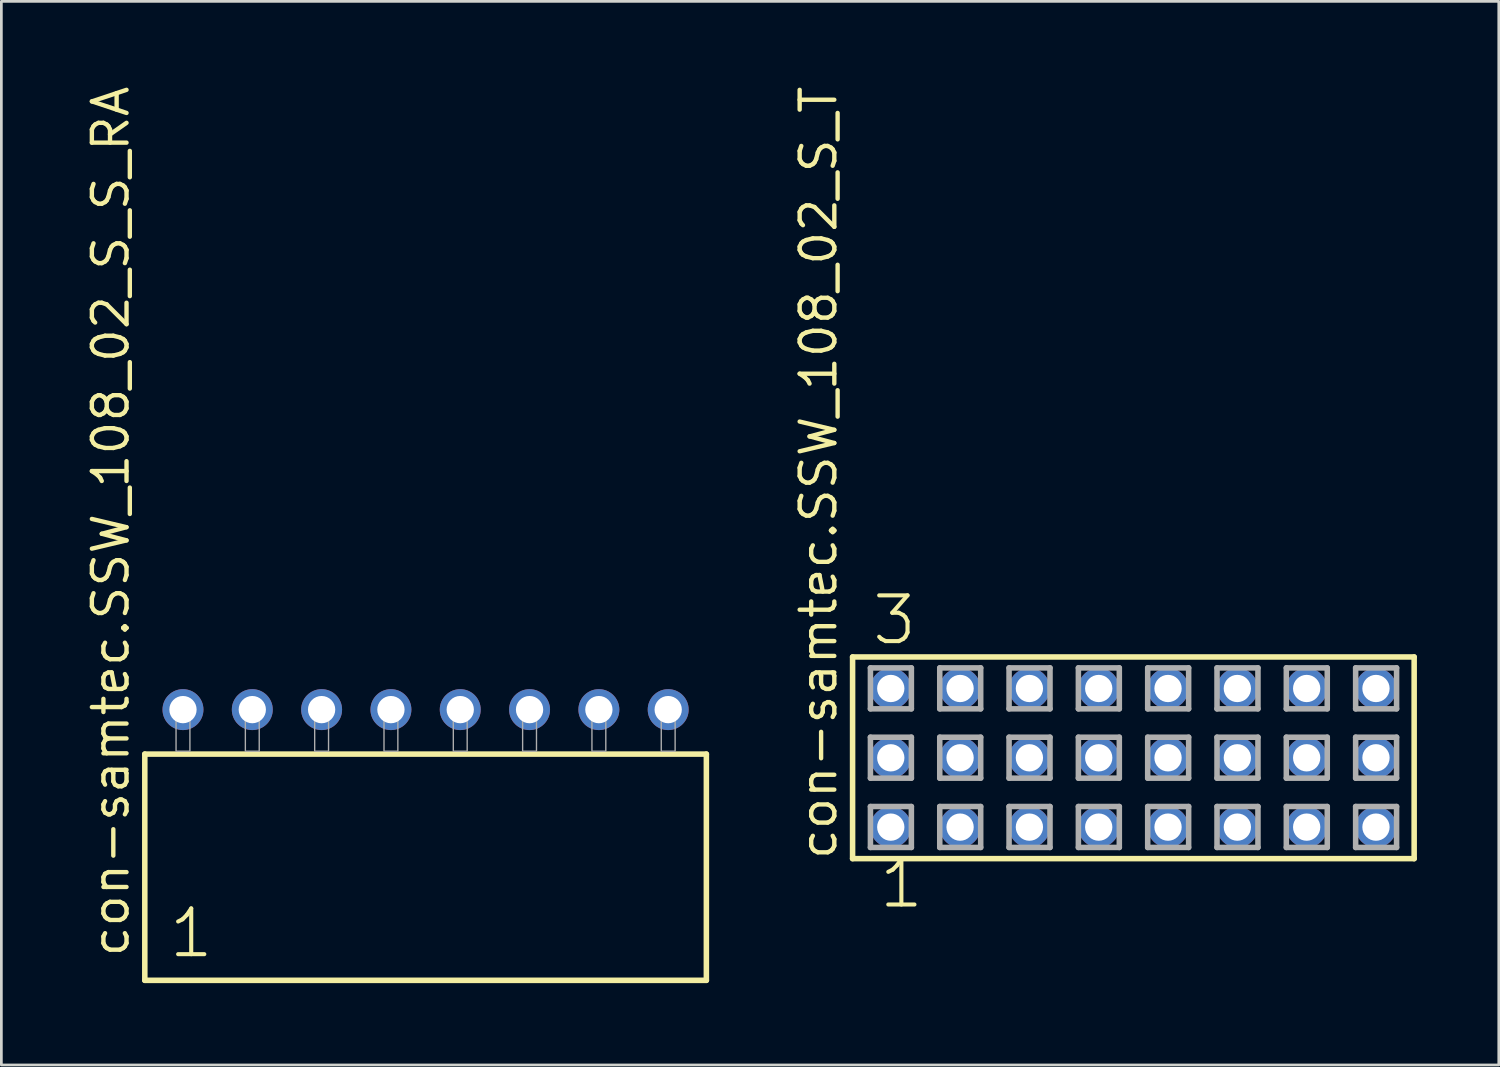
<source format=kicad_pcb>
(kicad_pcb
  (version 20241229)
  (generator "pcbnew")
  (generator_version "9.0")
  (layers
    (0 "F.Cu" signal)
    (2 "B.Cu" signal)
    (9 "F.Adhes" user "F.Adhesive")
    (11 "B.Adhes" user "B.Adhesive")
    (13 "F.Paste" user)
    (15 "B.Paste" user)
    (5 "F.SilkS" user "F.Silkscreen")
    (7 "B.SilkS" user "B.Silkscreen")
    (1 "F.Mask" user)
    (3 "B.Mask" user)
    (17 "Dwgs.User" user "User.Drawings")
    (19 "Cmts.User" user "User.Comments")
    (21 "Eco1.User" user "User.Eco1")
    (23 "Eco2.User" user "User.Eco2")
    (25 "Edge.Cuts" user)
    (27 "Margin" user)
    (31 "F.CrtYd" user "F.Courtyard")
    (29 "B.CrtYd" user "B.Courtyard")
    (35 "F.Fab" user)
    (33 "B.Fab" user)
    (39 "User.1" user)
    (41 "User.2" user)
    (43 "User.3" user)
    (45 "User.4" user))
  (footprint "con-samtec.SSW_108_02_S_T"
    (layer "F.Cu")
    (at 38.481 24.719)
    (property "Reference" "con-samtec.SSW_108_02_S_T" (at -10.795 3.81 90) (layer "F.SilkS") (effects (font (size 1.27 1.27) (thickness 0.16)) (justify left bottom)))
    (attr through_hole)
    (fp_line (start -10.289 -3.695) (end 10.289 -3.695) (stroke (width 0.203) (type default)) (layer "F.SilkS"))
    (fp_line (start -10.289 3.695) (end -10.289 -3.695) (stroke (width 0.203) (type default)) (layer "F.SilkS"))
    (fp_line (start 10.289 -3.695) (end 10.289 3.695) (stroke (width 0.203) (type default)) (layer "F.SilkS"))
    (fp_line (start 10.289 3.695) (end -10.289 3.695) (stroke (width 0.203) (type default)) (layer "F.SilkS"))
    (fp_line (start -9.635 -3.295) (end -8.135 -3.295) (stroke (width 0.203) (type default)) (layer "F.Fab"))
    (fp_line (start -9.635 -1.795) (end -9.635 -3.295) (stroke (width 0.203) (type default)) (layer "F.Fab"))
    (fp_line (start -9.635 -0.755) (end -8.135 -0.755) (stroke (width 0.203) (type default)) (layer "F.Fab"))
    (fp_line (start -9.635 0.745) (end -9.635 -0.755) (stroke (width 0.203) (type default)) (layer "F.Fab"))
    (fp_line (start -9.635 1.785) (end -8.135 1.785) (stroke (width 0.203) (type default)) (layer "F.Fab"))
    (fp_line (start -9.635 3.285) (end -9.635 1.785) (stroke (width 0.203) (type default)) (layer "F.Fab"))
    (fp_line (start -8.135 -3.295) (end -8.135 -1.795) (stroke (width 0.203) (type default)) (layer "F.Fab"))
    (fp_line (start -8.135 -1.795) (end -9.635 -1.795) (stroke (width 0.203) (type default)) (layer "F.Fab"))
    (fp_line (start -8.135 -0.755) (end -8.135 0.745) (stroke (width 0.203) (type default)) (layer "F.Fab"))
    (fp_line (start -8.135 0.745) (end -9.635 0.745) (stroke (width 0.203) (type default)) (layer "F.Fab"))
    (fp_line (start -8.135 1.785) (end -8.135 3.285) (stroke (width 0.203) (type default)) (layer "F.Fab"))
    (fp_line (start -8.135 3.285) (end -9.635 3.285) (stroke (width 0.203) (type default)) (layer "F.Fab"))
    (fp_line (start -7.095 -3.295) (end -5.595 -3.295) (stroke (width 0.203) (type default)) (layer "F.Fab"))
    (fp_line (start -7.095 -1.795) (end -7.095 -3.295) (stroke (width 0.203) (type default)) (layer "F.Fab"))
    (fp_line (start -7.095 -0.755) (end -5.595 -0.755) (stroke (width 0.203) (type default)) (layer "F.Fab"))
    (fp_line (start -7.095 0.745) (end -7.095 -0.755) (stroke (width 0.203) (type default)) (layer "F.Fab"))
    (fp_line (start -7.095 1.785) (end -5.595 1.785) (stroke (width 0.203) (type default)) (layer "F.Fab"))
    (fp_line (start -7.095 3.285) (end -7.095 1.785) (stroke (width 0.203) (type default)) (layer "F.Fab"))
    (fp_line (start -5.595 -3.295) (end -5.595 -1.795) (stroke (width 0.203) (type default)) (layer "F.Fab"))
    (fp_line (start -5.595 -1.795) (end -7.095 -1.795) (stroke (width 0.203) (type default)) (layer "F.Fab"))
    (fp_line (start -5.595 -0.755) (end -5.595 0.745) (stroke (width 0.203) (type default)) (layer "F.Fab"))
    (fp_line (start -5.595 0.745) (end -7.095 0.745) (stroke (width 0.203) (type default)) (layer "F.Fab"))
    (fp_line (start -5.595 1.785) (end -5.595 3.285) (stroke (width 0.203) (type default)) (layer "F.Fab"))
    (fp_line (start -5.595 3.285) (end -7.095 3.285) (stroke (width 0.203) (type default)) (layer "F.Fab"))
    (fp_line (start -4.555 -3.295) (end -3.055 -3.295) (stroke (width 0.203) (type default)) (layer "F.Fab"))
    (fp_line (start -4.555 -1.795) (end -4.555 -3.295) (stroke (width 0.203) (type default)) (layer "F.Fab"))
    (fp_line (start -4.555 -0.755) (end -3.055 -0.755) (stroke (width 0.203) (type default)) (layer "F.Fab"))
    (fp_line (start -4.555 0.745) (end -4.555 -0.755) (stroke (width 0.203) (type default)) (layer "F.Fab"))
    (fp_line (start -4.555 1.785) (end -3.055 1.785) (stroke (width 0.203) (type default)) (layer "F.Fab"))
    (fp_line (start -4.555 3.285) (end -4.555 1.785) (stroke (width 0.203) (type default)) (layer "F.Fab"))
    (fp_line (start -3.055 -3.295) (end -3.055 -1.795) (stroke (width 0.203) (type default)) (layer "F.Fab"))
    (fp_line (start -3.055 -1.795) (end -4.555 -1.795) (stroke (width 0.203) (type default)) (layer "F.Fab"))
    (fp_line (start -3.055 -0.755) (end -3.055 0.745) (stroke (width 0.203) (type default)) (layer "F.Fab"))
    (fp_line (start -3.055 0.745) (end -4.555 0.745) (stroke (width 0.203) (type default)) (layer "F.Fab"))
    (fp_line (start -3.055 1.785) (end -3.055 3.285) (stroke (width 0.203) (type default)) (layer "F.Fab"))
    (fp_line (start -3.055 3.285) (end -4.555 3.285) (stroke (width 0.203) (type default)) (layer "F.Fab"))
    (fp_line (start -2.015 -3.295) (end -0.515 -3.295) (stroke (width 0.203) (type default)) (layer "F.Fab"))
    (fp_line (start -2.015 -1.795) (end -2.015 -3.295) (stroke (width 0.203) (type default)) (layer "F.Fab"))
    (fp_line (start -2.015 -0.755) (end -0.515 -0.755) (stroke (width 0.203) (type default)) (layer "F.Fab"))
    (fp_line (start -2.015 0.745) (end -2.015 -0.755) (stroke (width 0.203) (type default)) (layer "F.Fab"))
    (fp_line (start -2.015 1.785) (end -0.515 1.785) (stroke (width 0.203) (type default)) (layer "F.Fab"))
    (fp_line (start -2.015 3.285) (end -2.015 1.785) (stroke (width 0.203) (type default)) (layer "F.Fab"))
    (fp_line (start -0.515 -3.295) (end -0.515 -1.795) (stroke (width 0.203) (type default)) (layer "F.Fab"))
    (fp_line (start -0.515 -1.795) (end -2.015 -1.795) (stroke (width 0.203) (type default)) (layer "F.Fab"))
    (fp_line (start -0.515 -0.755) (end -0.515 0.745) (stroke (width 0.203) (type default)) (layer "F.Fab"))
    (fp_line (start -0.515 0.745) (end -2.015 0.745) (stroke (width 0.203) (type default)) (layer "F.Fab"))
    (fp_line (start -0.515 1.785) (end -0.515 3.285) (stroke (width 0.203) (type default)) (layer "F.Fab"))
    (fp_line (start -0.515 3.285) (end -2.015 3.285) (stroke (width 0.203) (type default)) (layer "F.Fab"))
    (fp_line (start 0.525 -3.295) (end 2.025 -3.295) (stroke (width 0.203) (type default)) (layer "F.Fab"))
    (fp_line (start 0.525 -1.795) (end 0.525 -3.295) (stroke (width 0.203) (type default)) (layer "F.Fab"))
    (fp_line (start 0.525 -0.755) (end 2.025 -0.755) (stroke (width 0.203) (type default)) (layer "F.Fab"))
    (fp_line (start 0.525 0.745) (end 0.525 -0.755) (stroke (width 0.203) (type default)) (layer "F.Fab"))
    (fp_line (start 0.525 1.785) (end 2.025 1.785) (stroke (width 0.203) (type default)) (layer "F.Fab"))
    (fp_line (start 0.525 3.285) (end 0.525 1.785) (stroke (width 0.203) (type default)) (layer "F.Fab"))
    (fp_line (start 2.025 -3.295) (end 2.025 -1.795) (stroke (width 0.203) (type default)) (layer "F.Fab"))
    (fp_line (start 2.025 -1.795) (end 0.525 -1.795) (stroke (width 0.203) (type default)) (layer "F.Fab"))
    (fp_line (start 2.025 -0.755) (end 2.025 0.745) (stroke (width 0.203) (type default)) (layer "F.Fab"))
    (fp_line (start 2.025 0.745) (end 0.525 0.745) (stroke (width 0.203) (type default)) (layer "F.Fab"))
    (fp_line (start 2.025 1.785) (end 2.025 3.285) (stroke (width 0.203) (type default)) (layer "F.Fab"))
    (fp_line (start 2.025 3.285) (end 0.525 3.285) (stroke (width 0.203) (type default)) (layer "F.Fab"))
    (fp_line (start 3.065 -3.295) (end 4.565 -3.295) (stroke (width 0.203) (type default)) (layer "F.Fab"))
    (fp_line (start 3.065 -1.795) (end 3.065 -3.295) (stroke (width 0.203) (type default)) (layer "F.Fab"))
    (fp_line (start 3.065 -0.755) (end 4.565 -0.755) (stroke (width 0.203) (type default)) (layer "F.Fab"))
    (fp_line (start 3.065 0.745) (end 3.065 -0.755) (stroke (width 0.203) (type default)) (layer "F.Fab"))
    (fp_line (start 3.065 1.785) (end 4.565 1.785) (stroke (width 0.203) (type default)) (layer "F.Fab"))
    (fp_line (start 3.065 3.285) (end 3.065 1.785) (stroke (width 0.203) (type default)) (layer "F.Fab"))
    (fp_line (start 4.565 -3.295) (end 4.565 -1.795) (stroke (width 0.203) (type default)) (layer "F.Fab"))
    (fp_line (start 4.565 -1.795) (end 3.065 -1.795) (stroke (width 0.203) (type default)) (layer "F.Fab"))
    (fp_line (start 4.565 -0.755) (end 4.565 0.745) (stroke (width 0.203) (type default)) (layer "F.Fab"))
    (fp_line (start 4.565 0.745) (end 3.065 0.745) (stroke (width 0.203) (type default)) (layer "F.Fab"))
    (fp_line (start 4.565 1.785) (end 4.565 3.285) (stroke (width 0.203) (type default)) (layer "F.Fab"))
    (fp_line (start 4.565 3.285) (end 3.065 3.285) (stroke (width 0.203) (type default)) (layer "F.Fab"))
    (fp_line (start 5.605 -3.295) (end 7.105 -3.295) (stroke (width 0.203) (type default)) (layer "F.Fab"))
    (fp_line (start 5.605 -1.795) (end 5.605 -3.295) (stroke (width 0.203) (type default)) (layer "F.Fab"))
    (fp_line (start 5.605 -0.755) (end 7.105 -0.755) (stroke (width 0.203) (type default)) (layer "F.Fab"))
    (fp_line (start 5.605 0.745) (end 5.605 -0.755) (stroke (width 0.203) (type default)) (layer "F.Fab"))
    (fp_line (start 5.605 1.785) (end 7.105 1.785) (stroke (width 0.203) (type default)) (layer "F.Fab"))
    (fp_line (start 5.605 3.285) (end 5.605 1.785) (stroke (width 0.203) (type default)) (layer "F.Fab"))
    (fp_line (start 7.105 -3.295) (end 7.105 -1.795) (stroke (width 0.203) (type default)) (layer "F.Fab"))
    (fp_line (start 7.105 -1.795) (end 5.605 -1.795) (stroke (width 0.203) (type default)) (layer "F.Fab"))
    (fp_line (start 7.105 -0.755) (end 7.105 0.745) (stroke (width 0.203) (type default)) (layer "F.Fab"))
    (fp_line (start 7.105 0.745) (end 5.605 0.745) (stroke (width 0.203) (type default)) (layer "F.Fab"))
    (fp_line (start 7.105 1.785) (end 7.105 3.285) (stroke (width 0.203) (type default)) (layer "F.Fab"))
    (fp_line (start 7.105 3.285) (end 5.605 3.285) (stroke (width 0.203) (type default)) (layer "F.Fab"))
    (fp_line (start 8.145 -3.295) (end 9.645 -3.295) (stroke (width 0.203) (type default)) (layer "F.Fab"))
    (fp_line (start 8.145 -1.795) (end 8.145 -3.295) (stroke (width 0.203) (type default)) (layer "F.Fab"))
    (fp_line (start 8.145 -0.755) (end 9.645 -0.755) (stroke (width 0.203) (type default)) (layer "F.Fab"))
    (fp_line (start 8.145 0.745) (end 8.145 -0.755) (stroke (width 0.203) (type default)) (layer "F.Fab"))
    (fp_line (start 8.145 1.785) (end 9.645 1.785) (stroke (width 0.203) (type default)) (layer "F.Fab"))
    (fp_line (start 8.145 3.285) (end 8.145 1.785) (stroke (width 0.203) (type default)) (layer "F.Fab"))
    (fp_line (start 9.645 -3.295) (end 9.645 -1.795) (stroke (width 0.203) (type default)) (layer "F.Fab"))
    (fp_line (start 9.645 -1.795) (end 8.145 -1.795) (stroke (width 0.203) (type default)) (layer "F.Fab"))
    (fp_line (start 9.645 -0.755) (end 9.645 0.745) (stroke (width 0.203) (type default)) (layer "F.Fab"))
    (fp_line (start 9.645 0.745) (end 8.145 0.745) (stroke (width 0.203) (type default)) (layer "F.Fab"))
    (fp_line (start 9.645 1.785) (end 9.645 3.285) (stroke (width 0.203) (type default)) (layer "F.Fab"))
    (fp_line (start 9.645 3.285) (end 8.145 3.285) (stroke (width 0.203) (type default)) (layer "F.Fab"))
    (fp_text user "1" (at -9.398 5.588 0) (layer "F.SilkS") (effects (font (size 1.676 1.676) (thickness 0.15)) (justify left bottom)))
    (fp_text user "3" (at -9.652 -4.064 0) (layer "F.SilkS") (effects (font (size 1.676 1.676) (thickness 0.15)) (justify left bottom)))
    (pad "1" thru_hole circle (at -8.89 2.54) (size 1.5 1.5) (drill 1) (layers "*.Cu" "*.Mask"))
    (pad "2" thru_hole circle (at -8.89 0) (size 1.5 1.5) (drill 1) (layers "*.Cu" "*.Mask"))
    (pad "3" thru_hole circle (at -8.89 -2.54) (size 1.5 1.5) (drill 1) (layers "*.Cu" "*.Mask"))
    (pad "4" thru_hole circle (at -6.35 2.54) (size 1.5 1.5) (drill 1) (layers "*.Cu" "*.Mask"))
    (pad "5" thru_hole circle (at -6.35 0) (size 1.5 1.5) (drill 1) (layers "*.Cu" "*.Mask"))
    (pad "6" thru_hole circle (at -6.35 -2.54) (size 1.5 1.5) (drill 1) (layers "*.Cu" "*.Mask"))
    (pad "7" thru_hole circle (at -3.81 2.54) (size 1.5 1.5) (drill 1) (layers "*.Cu" "*.Mask"))
    (pad "8" thru_hole circle (at -3.81 0) (size 1.5 1.5) (drill 1) (layers "*.Cu" "*.Mask"))
    (pad "9" thru_hole circle (at -3.81 -2.54) (size 1.5 1.5) (drill 1) (layers "*.Cu" "*.Mask"))
    (pad "10" thru_hole circle (at -1.27 2.54) (size 1.5 1.5) (drill 1) (layers "*.Cu" "*.Mask"))
    (pad "11" thru_hole circle (at -1.27 0) (size 1.5 1.5) (drill 1) (layers "*.Cu" "*.Mask"))
    (pad "12" thru_hole circle (at -1.27 -2.54) (size 1.5 1.5) (drill 1) (layers "*.Cu" "*.Mask"))
    (pad "13" thru_hole circle (at 1.27 2.54) (size 1.5 1.5) (drill 1) (layers "*.Cu" "*.Mask"))
    (pad "14" thru_hole circle (at 1.27 0) (size 1.5 1.5) (drill 1) (layers "*.Cu" "*.Mask"))
    (pad "15" thru_hole circle (at 1.27 -2.54) (size 1.5 1.5) (drill 1) (layers "*.Cu" "*.Mask"))
    (pad "16" thru_hole circle (at 3.81 2.54) (size 1.5 1.5) (drill 1) (layers "*.Cu" "*.Mask"))
    (pad "17" thru_hole circle (at 3.81 0) (size 1.5 1.5) (drill 1) (layers "*.Cu" "*.Mask"))
    (pad "18" thru_hole circle (at 3.81 -2.54) (size 1.5 1.5) (drill 1) (layers "*.Cu" "*.Mask"))
    (pad "19" thru_hole circle (at 6.35 2.54) (size 1.5 1.5) (drill 1) (layers "*.Cu" "*.Mask"))
    (pad "20" thru_hole circle (at 6.35 0) (size 1.5 1.5) (drill 1) (layers "*.Cu" "*.Mask"))
    (pad "21" thru_hole circle (at 6.35 -2.54) (size 1.5 1.5) (drill 1) (layers "*.Cu" "*.Mask"))
    (pad "22" thru_hole circle (at 8.89 2.54) (size 1.5 1.5) (drill 1) (layers "*.Cu" "*.Mask"))
    (pad "23" thru_hole circle (at 8.89 0) (size 1.5 1.5) (drill 1) (layers "*.Cu" "*.Mask"))
    (pad "24" thru_hole circle (at 8.89 -2.54) (size 1.5 1.5) (drill 1) (layers "*.Cu" "*.Mask")))
  (footprint "con-samtec.SSW_108_02_S_S_RA"
    (layer "F.Cu")
    (at 12.545 24.477)
    (property "Reference" "con-samtec.SSW_108_02_S_S_RA" (at -10.795 7.62 90) (layer "F.SilkS") (effects (font (size 1.27 1.27) (thickness 0.16)) (justify left bottom)))
    (attr through_hole)
    (fp_line (start -10.289 0.106) (end -10.289 8.396) (stroke (width 0.203) (type default)) (layer "F.SilkS"))
    (fp_line (start -10.289 8.396) (end 10.289 8.396) (stroke (width 0.203) (type default)) (layer "F.SilkS"))
    (fp_line (start 10.289 0.106) (end -10.289 0.106) (stroke (width 0.203) (type default)) (layer "F.SilkS"))
    (fp_line (start 10.289 8.396) (end 10.289 0.106) (stroke (width 0.203) (type default)) (layer "F.SilkS"))
    (fp_rect (start -9.144 0) (end -8.636 -1.778) (stroke (width 0.05) (type default)) (fill no) (layer "F.Fab"))
    (fp_rect (start -6.604 0) (end -6.096 -1.778) (stroke (width 0.05) (type default)) (fill no) (layer "F.Fab"))
    (fp_rect (start -4.064 0) (end -3.556 -1.778) (stroke (width 0.05) (type default)) (fill no) (layer "F.Fab"))
    (fp_rect (start -1.524 0) (end -1.016 -1.778) (stroke (width 0.05) (type default)) (fill no) (layer "F.Fab"))
    (fp_rect (start 1.016 0) (end 1.524 -1.778) (stroke (width 0.05) (type default)) (fill no) (layer "F.Fab"))
    (fp_rect (start 3.556 0) (end 4.064 -1.778) (stroke (width 0.05) (type default)) (fill no) (layer "F.Fab"))
    (fp_rect (start 6.096 0) (end 6.604 -1.778) (stroke (width 0.05) (type default)) (fill no) (layer "F.Fab"))
    (fp_rect (start 8.636 0) (end 9.144 -1.778) (stroke (width 0.05) (type default)) (fill no) (layer "F.Fab"))
    (fp_text user "1" (at -9.485 7.65 0) (layer "F.SilkS") (effects (font (size 1.676 1.676) (thickness 0.15)) (justify left bottom)))
    (pad "1" thru_hole circle (at -8.89 -1.524) (size 1.5 1.5) (drill 1) (layers "*.Cu" "*.Mask"))
    (pad "2" thru_hole circle (at -6.35 -1.524) (size 1.5 1.5) (drill 1) (layers "*.Cu" "*.Mask"))
    (pad "3" thru_hole circle (at -3.81 -1.524) (size 1.5 1.5) (drill 1) (layers "*.Cu" "*.Mask"))
    (pad "4" thru_hole circle (at -1.27 -1.524) (size 1.5 1.5) (drill 1) (layers "*.Cu" "*.Mask"))
    (pad "5" thru_hole circle (at 1.27 -1.524) (size 1.5 1.5) (drill 1) (layers "*.Cu" "*.Mask"))
    (pad "6" thru_hole circle (at 3.81 -1.524) (size 1.5 1.5) (drill 1) (layers "*.Cu" "*.Mask"))
    (pad "7" thru_hole circle (at 6.35 -1.524) (size 1.5 1.5) (drill 1) (layers "*.Cu" "*.Mask"))
    (pad "8" thru_hole circle (at 8.89 -1.524) (size 1.5 1.5) (drill 1) (layers "*.Cu" "*.Mask")))
  (gr_rect
    (start -3 -3)
    (end 51.871 35.975)
    (stroke (width 0.1) (type default))
    (fill no)
    (layer "Edge.Cuts")))
</source>
